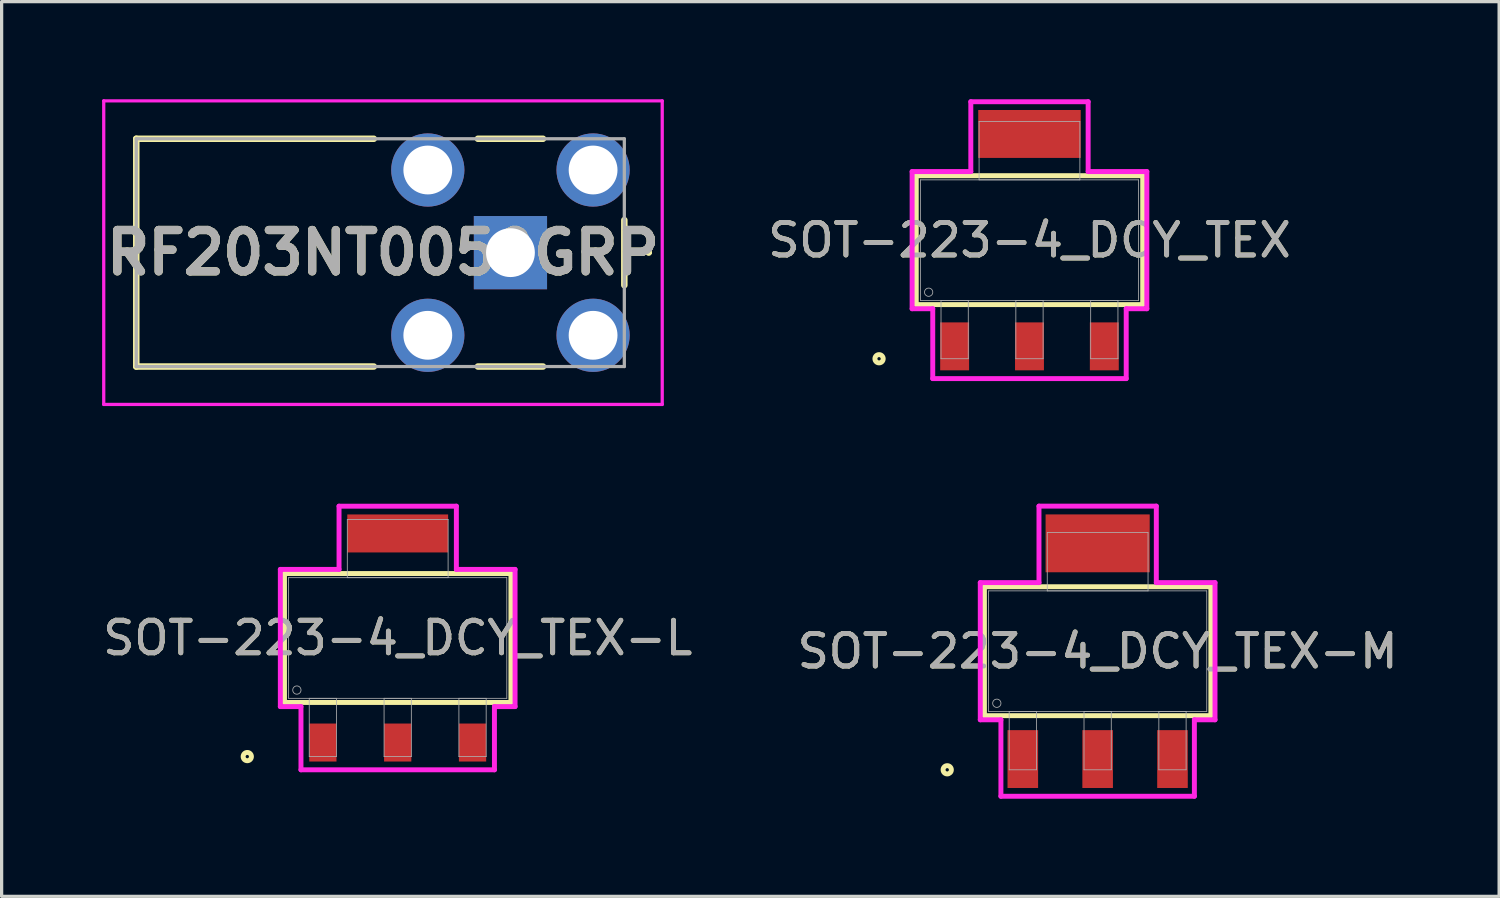
<source format=kicad_pcb>
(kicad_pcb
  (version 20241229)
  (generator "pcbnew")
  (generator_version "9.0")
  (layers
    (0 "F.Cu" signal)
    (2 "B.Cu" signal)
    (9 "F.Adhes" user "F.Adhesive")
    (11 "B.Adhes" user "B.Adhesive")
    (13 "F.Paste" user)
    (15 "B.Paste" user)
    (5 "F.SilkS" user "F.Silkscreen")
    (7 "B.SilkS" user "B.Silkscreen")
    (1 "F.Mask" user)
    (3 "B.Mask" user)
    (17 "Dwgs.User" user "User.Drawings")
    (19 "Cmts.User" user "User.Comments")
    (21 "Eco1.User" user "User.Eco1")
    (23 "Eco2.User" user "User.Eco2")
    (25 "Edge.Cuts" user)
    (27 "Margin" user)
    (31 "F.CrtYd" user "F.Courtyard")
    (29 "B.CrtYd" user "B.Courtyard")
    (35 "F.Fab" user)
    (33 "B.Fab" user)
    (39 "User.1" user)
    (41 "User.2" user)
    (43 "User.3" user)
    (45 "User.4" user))
  (footprint "SOT-223-4_DCY_TEX-M"
    (layer "F.Cu")
    (at 30.685 16.964)
    (property "Reference" "SOT-223-4_DCY_TEX-M" (at 0 0 0) (unlocked yes) (layer "F.SilkS") (effects (font (size 1 1) (thickness 0.15))))
    (attr smd)
    (fp_line (start -3.48 -1.981) (end -3.48 1.981) (stroke (width 0.152) (type solid)) (layer "F.SilkS"))
    (fp_line (start -3.48 1.981) (end 3.48 1.981) (stroke (width 0.152) (type solid)) (layer "F.SilkS"))
    (fp_line (start 3.48 -1.981) (end -3.48 -1.981) (stroke (width 0.152) (type solid)) (layer "F.SilkS"))
    (fp_line (start 3.48 1.981) (end 3.48 -1.981) (stroke (width 0.152) (type solid)) (layer "F.SilkS"))
    (fp_circle (center -4.623 3.645) (end -4.496 3.645) (stroke (width 0.152) (type solid)) (fill no) (layer "F.SilkS"))
    (fp_line (start -3.607 -2.108) (end -1.803 -2.108) (stroke (width 0.152) (type solid)) (layer "F.CrtYd"))
    (fp_line (start -3.607 2.108) (end -3.607 -2.108) (stroke (width 0.152) (type solid)) (layer "F.CrtYd"))
    (fp_line (start -2.973 2.108) (end -3.607 2.108) (stroke (width 0.152) (type solid)) (layer "F.CrtYd"))
    (fp_line (start -2.973 4.458) (end -2.973 2.108) (stroke (width 0.152) (type solid)) (layer "F.CrtYd"))
    (fp_line (start -1.803 -4.458) (end 1.803 -4.458) (stroke (width 0.152) (type solid)) (layer "F.CrtYd"))
    (fp_line (start -1.803 -2.108) (end -1.803 -4.458) (stroke (width 0.152) (type solid)) (layer "F.CrtYd"))
    (fp_line (start 1.803 -4.458) (end 1.803 -2.108) (stroke (width 0.152) (type solid)) (layer "F.CrtYd"))
    (fp_line (start 1.803 -2.108) (end 3.607 -2.108) (stroke (width 0.152) (type solid)) (layer "F.CrtYd"))
    (fp_line (start 2.973 2.108) (end 2.973 4.458) (stroke (width 0.152) (type solid)) (layer "F.CrtYd"))
    (fp_line (start 2.973 4.458) (end -2.973 4.458) (stroke (width 0.152) (type solid)) (layer "F.CrtYd"))
    (fp_line (start 3.607 -2.108) (end 3.607 2.108) (stroke (width 0.152) (type solid)) (layer "F.CrtYd"))
    (fp_line (start 3.607 2.108) (end 2.973 2.108) (stroke (width 0.152) (type solid)) (layer "F.CrtYd"))
    (fp_line (start -3.353 -1.854) (end -3.353 1.854) (stroke (width 0.025) (type solid)) (layer "F.Fab"))
    (fp_line (start -3.353 1.854) (end 3.353 1.854) (stroke (width 0.025) (type solid)) (layer "F.Fab"))
    (fp_line (start -2.719 1.854) (end -2.719 3.645) (stroke (width 0.025) (type solid)) (layer "F.Fab"))
    (fp_line (start -2.719 3.645) (end -1.881 3.645) (stroke (width 0.025) (type solid)) (layer "F.Fab"))
    (fp_line (start -1.881 1.854) (end -2.719 1.854) (stroke (width 0.025) (type solid)) (layer "F.Fab"))
    (fp_line (start -1.881 3.645) (end -1.881 1.854) (stroke (width 0.025) (type solid)) (layer "F.Fab"))
    (fp_line (start -1.549 -3.645) (end -1.549 -1.854) (stroke (width 0.025) (type solid)) (layer "F.Fab"))
    (fp_line (start -1.549 -1.854) (end 1.549 -1.854) (stroke (width 0.025) (type solid)) (layer "F.Fab"))
    (fp_line (start -0.419 1.854) (end -0.419 3.645) (stroke (width 0.025) (type solid)) (layer "F.Fab"))
    (fp_line (start -0.419 3.645) (end 0.419 3.645) (stroke (width 0.025) (type solid)) (layer "F.Fab"))
    (fp_line (start 0.419 1.854) (end -0.419 1.854) (stroke (width 0.025) (type solid)) (layer "F.Fab"))
    (fp_line (start 0.419 3.645) (end 0.419 1.854) (stroke (width 0.025) (type solid)) (layer "F.Fab"))
    (fp_line (start 1.549 -3.645) (end -1.549 -3.645) (stroke (width 0.025) (type solid)) (layer "F.Fab"))
    (fp_line (start 1.549 -1.854) (end 1.549 -3.645) (stroke (width 0.025) (type solid)) (layer "F.Fab"))
    (fp_line (start 1.881 1.854) (end 1.881 3.645) (stroke (width 0.025) (type solid)) (layer "F.Fab"))
    (fp_line (start 1.881 3.645) (end 2.719 3.645) (stroke (width 0.025) (type solid)) (layer "F.Fab"))
    (fp_line (start 2.719 1.854) (end 1.881 1.854) (stroke (width 0.025) (type solid)) (layer "F.Fab"))
    (fp_line (start 2.719 3.645) (end 2.719 1.854) (stroke (width 0.025) (type solid)) (layer "F.Fab"))
    (fp_line (start 3.353 -1.854) (end -3.353 -1.854) (stroke (width 0.025) (type solid)) (layer "F.Fab"))
    (fp_line (start 3.353 1.854) (end 3.353 -1.854) (stroke (width 0.025) (type solid)) (layer "F.Fab"))
    (fp_circle (center -3.099 1.6) (end -2.972 1.6) (stroke (width 0.025) (type solid)) (fill no) (layer "F.Fab"))
    (fp_text user "${REFERENCE}" (at 0 0 0) (unlocked yes) (layer "F.Fab") (effects (font (size 1 1) (thickness 0.15))))
    (pad "1" smd rect (at -2.3 3.315) (size 0.94 1.778) (layers "F.Cu" "F.Mask" "F.Paste"))
    (pad "2" smd rect (at 0 3.315) (size 0.94 1.778) (layers "F.Cu" "F.Mask" "F.Paste"))
    (pad "3" smd rect (at 2.3 3.315) (size 0.94 1.778) (layers "F.Cu" "F.Mask" "F.Paste"))
    (pad "4" smd rect (at 0 -3.315) (size 3.2 1.778) (layers "F.Cu" "F.Mask" "F.Paste")))
  (footprint "RF203NT0050GRP"
    (layer "F.Cu")
    (at 12.638 4.715)
    (property "Reference" "RF203NT0050GRP" (at -3.917 0 0) (layer "F.SilkS") (effects (font (size 1.27 1.27) (thickness 0.254))))
    (attr through_hole)
    (fp_line (start -11.5 -3.5) (end -11.5 3.5) (stroke (width 0.2) (type solid)) (layer "F.SilkS"))
    (fp_line (start -11.5 3.5) (end -4.2 3.5) (stroke (width 0.2) (type solid)) (layer "F.SilkS"))
    (fp_line (start -4.2 -3.5) (end -11.5 -3.5) (stroke (width 0.2) (type solid)) (layer "F.SilkS"))
    (fp_line (start -1 -3.5) (end 1 -3.5) (stroke (width 0.2) (type solid)) (layer "F.SilkS"))
    (fp_line (start -1 3.5) (end 1 3.5) (stroke (width 0.2) (type solid)) (layer "F.SilkS"))
    (fp_line (start 3.5 -1) (end 3.5 1) (stroke (width 0.2) (type solid)) (layer "F.SilkS"))
    (fp_line (start 4.2 0) (end 4.2 0) (stroke (width 0.1) (type solid)) (layer "F.SilkS"))
    (fp_line (start 4.3 0) (end 4.3 0) (stroke (width 0.1) (type solid)) (layer "F.SilkS"))
    (fp_arc (start 4.2 0) (mid 4.25 -0.05) (end 4.3 0) (stroke (width 0.1) (type solid)) (layer "F.SilkS"))
    (fp_arc (start 4.3 0) (mid 4.25 0.05) (end 4.2 0) (stroke (width 0.1) (type solid)) (layer "F.SilkS"))
    (fp_line (start -12.5 -4.665) (end 4.665 -4.665) (stroke (width 0.1) (type solid)) (layer "F.CrtYd"))
    (fp_line (start -12.5 4.665) (end -12.5 -4.665) (stroke (width 0.1) (type solid)) (layer "F.CrtYd"))
    (fp_line (start 4.665 -4.665) (end 4.665 4.665) (stroke (width 0.1) (type solid)) (layer "F.CrtYd"))
    (fp_line (start 4.665 4.665) (end -12.5 4.665) (stroke (width 0.1) (type solid)) (layer "F.CrtYd"))
    (fp_line (start -11.5 -3.5) (end -11.5 3.5) (stroke (width 0.1) (type solid)) (layer "F.Fab"))
    (fp_line (start -11.5 3.5) (end 3.5 3.5) (stroke (width 0.1) (type solid)) (layer "F.Fab"))
    (fp_line (start 3.5 -3.5) (end -11.5 -3.5) (stroke (width 0.1) (type solid)) (layer "F.Fab"))
    (fp_line (start 3.5 3.5) (end 3.5 -3.5) (stroke (width 0.1) (type solid)) (layer "F.Fab"))
    (fp_text user "${REFERENCE}" (at -3.917 0 0) (layer "F.Fab") (effects (font (size 1.27 1.27) (thickness 0.254))))
    (pad "1" thru_hole rect (at 0 0) (size 2.25 2.25) (drill 1.5) (layers "*.Cu" "*.Mask"))
    (pad "2" thru_hole circle (at -2.54 2.54) (size 2.25 2.25) (drill 1.5) (layers "*.Cu" "*.Mask"))
    (pad "3" thru_hole circle (at 2.54 2.54) (size 2.25 2.25) (drill 1.5) (layers "*.Cu" "*.Mask"))
    (pad "4" thru_hole circle (at 2.54 -2.54) (size 2.25 2.25) (drill 1.5) (layers "*.Cu" "*.Mask"))
    (pad "5" thru_hole circle (at -2.54 -2.54) (size 2.25 2.25) (drill 1.5) (layers "*.Cu" "*.Mask")))
  (footprint "SOT-223-4_DCY_TEX"
    (layer "F.Cu")
    (at 28.59 4.331)
    (property "Reference" "SOT-223-4_DCY_TEX" (at 0 0 0) (unlocked yes) (layer "F.SilkS") (effects (font (size 1 1) (thickness 0.15))))
    (attr smd)
    (fp_line (start -3.48 -1.981) (end -3.48 1.981) (stroke (width 0.152) (type solid)) (layer "F.SilkS"))
    (fp_line (start -3.48 1.981) (end 3.48 1.981) (stroke (width 0.152) (type solid)) (layer "F.SilkS"))
    (fp_line (start 3.48 -1.981) (end -3.48 -1.981) (stroke (width 0.152) (type solid)) (layer "F.SilkS"))
    (fp_line (start 3.48 1.981) (end 3.48 -1.981) (stroke (width 0.152) (type solid)) (layer "F.SilkS"))
    (fp_circle (center -4.623 3.645) (end -4.496 3.645) (stroke (width 0.152) (type solid)) (fill no) (layer "F.SilkS"))
    (fp_line (start -3.607 -2.108) (end -1.803 -2.108) (stroke (width 0.152) (type solid)) (layer "F.CrtYd"))
    (fp_line (start -3.607 2.108) (end -3.607 -2.108) (stroke (width 0.152) (type solid)) (layer "F.CrtYd"))
    (fp_line (start -2.973 2.108) (end -3.607 2.108) (stroke (width 0.152) (type solid)) (layer "F.CrtYd"))
    (fp_line (start -2.973 4.255) (end -2.973 2.108) (stroke (width 0.152) (type solid)) (layer "F.CrtYd"))
    (fp_line (start -1.803 -4.255) (end 1.803 -4.255) (stroke (width 0.152) (type solid)) (layer "F.CrtYd"))
    (fp_line (start -1.803 -2.108) (end -1.803 -4.255) (stroke (width 0.152) (type solid)) (layer "F.CrtYd"))
    (fp_line (start 1.803 -4.255) (end 1.803 -2.108) (stroke (width 0.152) (type solid)) (layer "F.CrtYd"))
    (fp_line (start 1.803 -2.108) (end 3.607 -2.108) (stroke (width 0.152) (type solid)) (layer "F.CrtYd"))
    (fp_line (start 2.973 2.108) (end 2.973 4.255) (stroke (width 0.152) (type solid)) (layer "F.CrtYd"))
    (fp_line (start 2.973 4.255) (end -2.973 4.255) (stroke (width 0.152) (type solid)) (layer "F.CrtYd"))
    (fp_line (start 3.607 -2.108) (end 3.607 2.108) (stroke (width 0.152) (type solid)) (layer "F.CrtYd"))
    (fp_line (start 3.607 2.108) (end 2.973 2.108) (stroke (width 0.152) (type solid)) (layer "F.CrtYd"))
    (fp_line (start -3.353 -1.854) (end -3.353 1.854) (stroke (width 0.025) (type solid)) (layer "F.Fab"))
    (fp_line (start -3.353 1.854) (end 3.353 1.854) (stroke (width 0.025) (type solid)) (layer "F.Fab"))
    (fp_line (start -2.719 1.854) (end -2.719 3.645) (stroke (width 0.025) (type solid)) (layer "F.Fab"))
    (fp_line (start -2.719 3.645) (end -1.881 3.645) (stroke (width 0.025) (type solid)) (layer "F.Fab"))
    (fp_line (start -1.881 1.854) (end -2.719 1.854) (stroke (width 0.025) (type solid)) (layer "F.Fab"))
    (fp_line (start -1.881 3.645) (end -1.881 1.854) (stroke (width 0.025) (type solid)) (layer "F.Fab"))
    (fp_line (start -1.549 -3.645) (end -1.549 -1.854) (stroke (width 0.025) (type solid)) (layer "F.Fab"))
    (fp_line (start -1.549 -1.854) (end 1.549 -1.854) (stroke (width 0.025) (type solid)) (layer "F.Fab"))
    (fp_line (start -0.419 1.854) (end -0.419 3.645) (stroke (width 0.025) (type solid)) (layer "F.Fab"))
    (fp_line (start -0.419 3.645) (end 0.419 3.645) (stroke (width 0.025) (type solid)) (layer "F.Fab"))
    (fp_line (start 0.419 1.854) (end -0.419 1.854) (stroke (width 0.025) (type solid)) (layer "F.Fab"))
    (fp_line (start 0.419 3.645) (end 0.419 1.854) (stroke (width 0.025) (type solid)) (layer "F.Fab"))
    (fp_line (start 1.549 -3.645) (end -1.549 -3.645) (stroke (width 0.025) (type solid)) (layer "F.Fab"))
    (fp_line (start 1.549 -1.854) (end 1.549 -3.645) (stroke (width 0.025) (type solid)) (layer "F.Fab"))
    (fp_line (start 1.881 1.854) (end 1.881 3.645) (stroke (width 0.025) (type solid)) (layer "F.Fab"))
    (fp_line (start 1.881 3.645) (end 2.719 3.645) (stroke (width 0.025) (type solid)) (layer "F.Fab"))
    (fp_line (start 2.719 1.854) (end 1.881 1.854) (stroke (width 0.025) (type solid)) (layer "F.Fab"))
    (fp_line (start 2.719 3.645) (end 2.719 1.854) (stroke (width 0.025) (type solid)) (layer "F.Fab"))
    (fp_line (start 3.353 -1.854) (end -3.353 -1.854) (stroke (width 0.025) (type solid)) (layer "F.Fab"))
    (fp_line (start 3.353 1.854) (end 3.353 -1.854) (stroke (width 0.025) (type solid)) (layer "F.Fab"))
    (fp_circle (center -3.099 1.6) (end -2.972 1.6) (stroke (width 0.025) (type solid)) (fill no) (layer "F.Fab"))
    (fp_text user "${REFERENCE}" (at 0 0 0) (unlocked yes) (layer "F.Fab") (effects (font (size 1 1) (thickness 0.15))))
    (pad "1" smd rect (at -2.3 3.264) (size 0.889 1.473) (layers "F.Cu" "F.Mask" "F.Paste"))
    (pad "2" smd rect (at 0 3.264) (size 0.889 1.473) (layers "F.Cu" "F.Mask" "F.Paste"))
    (pad "3" smd rect (at 2.3 3.264) (size 0.889 1.473) (layers "F.Cu" "F.Mask" "F.Paste"))
    (pad "4" smd rect (at 0 -3.264) (size 3.15 1.473) (layers "F.Cu" "F.Mask" "F.Paste")))
  (footprint "SOT-223-4_DCY_TEX-L"
    (layer "F.Cu")
    (at 9.173 16.558)
    (property "Reference" "SOT-223-4_DCY_TEX-L" (at 0 0 0) (unlocked yes) (layer "F.SilkS") (effects (font (size 1 1) (thickness 0.15))))
    (attr smd)
    (fp_line (start -3.48 -1.981) (end -3.48 1.981) (stroke (width 0.152) (type solid)) (layer "F.SilkS"))
    (fp_line (start -3.48 1.981) (end 3.48 1.981) (stroke (width 0.152) (type solid)) (layer "F.SilkS"))
    (fp_line (start 3.48 -1.981) (end -3.48 -1.981) (stroke (width 0.152) (type solid)) (layer "F.SilkS"))
    (fp_line (start 3.48 1.981) (end 3.48 -1.981) (stroke (width 0.152) (type solid)) (layer "F.SilkS"))
    (fp_circle (center -4.623 3.645) (end -4.496 3.645) (stroke (width 0.152) (type solid)) (fill no) (layer "F.SilkS"))
    (fp_line (start -3.607 -2.108) (end -1.803 -2.108) (stroke (width 0.152) (type solid)) (layer "F.CrtYd"))
    (fp_line (start -3.607 2.108) (end -3.607 -2.108) (stroke (width 0.152) (type solid)) (layer "F.CrtYd"))
    (fp_line (start -2.973 2.108) (end -3.607 2.108) (stroke (width 0.152) (type solid)) (layer "F.CrtYd"))
    (fp_line (start -2.973 4.051) (end -2.973 2.108) (stroke (width 0.152) (type solid)) (layer "F.CrtYd"))
    (fp_line (start -1.803 -4.051) (end 1.803 -4.051) (stroke (width 0.152) (type solid)) (layer "F.CrtYd"))
    (fp_line (start -1.803 -2.108) (end -1.803 -4.051) (stroke (width 0.152) (type solid)) (layer "F.CrtYd"))
    (fp_line (start 1.803 -4.051) (end 1.803 -2.108) (stroke (width 0.152) (type solid)) (layer "F.CrtYd"))
    (fp_line (start 1.803 -2.108) (end 3.607 -2.108) (stroke (width 0.152) (type solid)) (layer "F.CrtYd"))
    (fp_line (start 2.973 2.108) (end 2.973 4.051) (stroke (width 0.152) (type solid)) (layer "F.CrtYd"))
    (fp_line (start 2.973 4.051) (end -2.973 4.051) (stroke (width 0.152) (type solid)) (layer "F.CrtYd"))
    (fp_line (start 3.607 -2.108) (end 3.607 2.108) (stroke (width 0.152) (type solid)) (layer "F.CrtYd"))
    (fp_line (start 3.607 2.108) (end 2.973 2.108) (stroke (width 0.152) (type solid)) (layer "F.CrtYd"))
    (fp_line (start -3.353 -1.854) (end -3.353 1.854) (stroke (width 0.025) (type solid)) (layer "F.Fab"))
    (fp_line (start -3.353 1.854) (end 3.353 1.854) (stroke (width 0.025) (type solid)) (layer "F.Fab"))
    (fp_line (start -2.719 1.854) (end -2.719 3.645) (stroke (width 0.025) (type solid)) (layer "F.Fab"))
    (fp_line (start -2.719 3.645) (end -1.881 3.645) (stroke (width 0.025) (type solid)) (layer "F.Fab"))
    (fp_line (start -1.881 1.854) (end -2.719 1.854) (stroke (width 0.025) (type solid)) (layer "F.Fab"))
    (fp_line (start -1.881 3.645) (end -1.881 1.854) (stroke (width 0.025) (type solid)) (layer "F.Fab"))
    (fp_line (start -1.549 -3.645) (end -1.549 -1.854) (stroke (width 0.025) (type solid)) (layer "F.Fab"))
    (fp_line (start -1.549 -1.854) (end 1.549 -1.854) (stroke (width 0.025) (type solid)) (layer "F.Fab"))
    (fp_line (start -0.419 1.854) (end -0.419 3.645) (stroke (width 0.025) (type solid)) (layer "F.Fab"))
    (fp_line (start -0.419 3.645) (end 0.419 3.645) (stroke (width 0.025) (type solid)) (layer "F.Fab"))
    (fp_line (start 0.419 1.854) (end -0.419 1.854) (stroke (width 0.025) (type solid)) (layer "F.Fab"))
    (fp_line (start 0.419 3.645) (end 0.419 1.854) (stroke (width 0.025) (type solid)) (layer "F.Fab"))
    (fp_line (start 1.549 -3.645) (end -1.549 -3.645) (stroke (width 0.025) (type solid)) (layer "F.Fab"))
    (fp_line (start 1.549 -1.854) (end 1.549 -3.645) (stroke (width 0.025) (type solid)) (layer "F.Fab"))
    (fp_line (start 1.881 1.854) (end 1.881 3.645) (stroke (width 0.025) (type solid)) (layer "F.Fab"))
    (fp_line (start 1.881 3.645) (end 2.719 3.645) (stroke (width 0.025) (type solid)) (layer "F.Fab"))
    (fp_line (start 2.719 1.854) (end 1.881 1.854) (stroke (width 0.025) (type solid)) (layer "F.Fab"))
    (fp_line (start 2.719 3.645) (end 2.719 1.854) (stroke (width 0.025) (type solid)) (layer "F.Fab"))
    (fp_line (start 3.353 -1.854) (end -3.353 -1.854) (stroke (width 0.025) (type solid)) (layer "F.Fab"))
    (fp_line (start 3.353 1.854) (end 3.353 -1.854) (stroke (width 0.025) (type solid)) (layer "F.Fab"))
    (fp_circle (center -3.099 1.6) (end -2.972 1.6) (stroke (width 0.025) (type solid)) (fill no) (layer "F.Fab"))
    (fp_text user "${REFERENCE}" (at 0 0 0) (unlocked yes) (layer "F.Fab") (effects (font (size 1 1) (thickness 0.15))))
    (pad "1" smd rect (at -2.3 3.213) (size 0.838 1.168) (layers "F.Cu" "F.Mask" "F.Paste"))
    (pad "2" smd rect (at 0 3.213) (size 0.838 1.168) (layers "F.Cu" "F.Mask" "F.Paste"))
    (pad "3" smd rect (at 2.3 3.213) (size 0.838 1.168) (layers "F.Cu" "F.Mask" "F.Paste"))
    (pad "4" smd rect (at 0 -3.213) (size 3.099 1.168) (layers "F.Cu" "F.Mask" "F.Paste")))
  (gr_rect
    (start -3 -3)
    (end 43.024 24.498)
    (stroke (width 0.1) (type default))
    (fill no)
    (layer "Edge.Cuts")))
</source>
